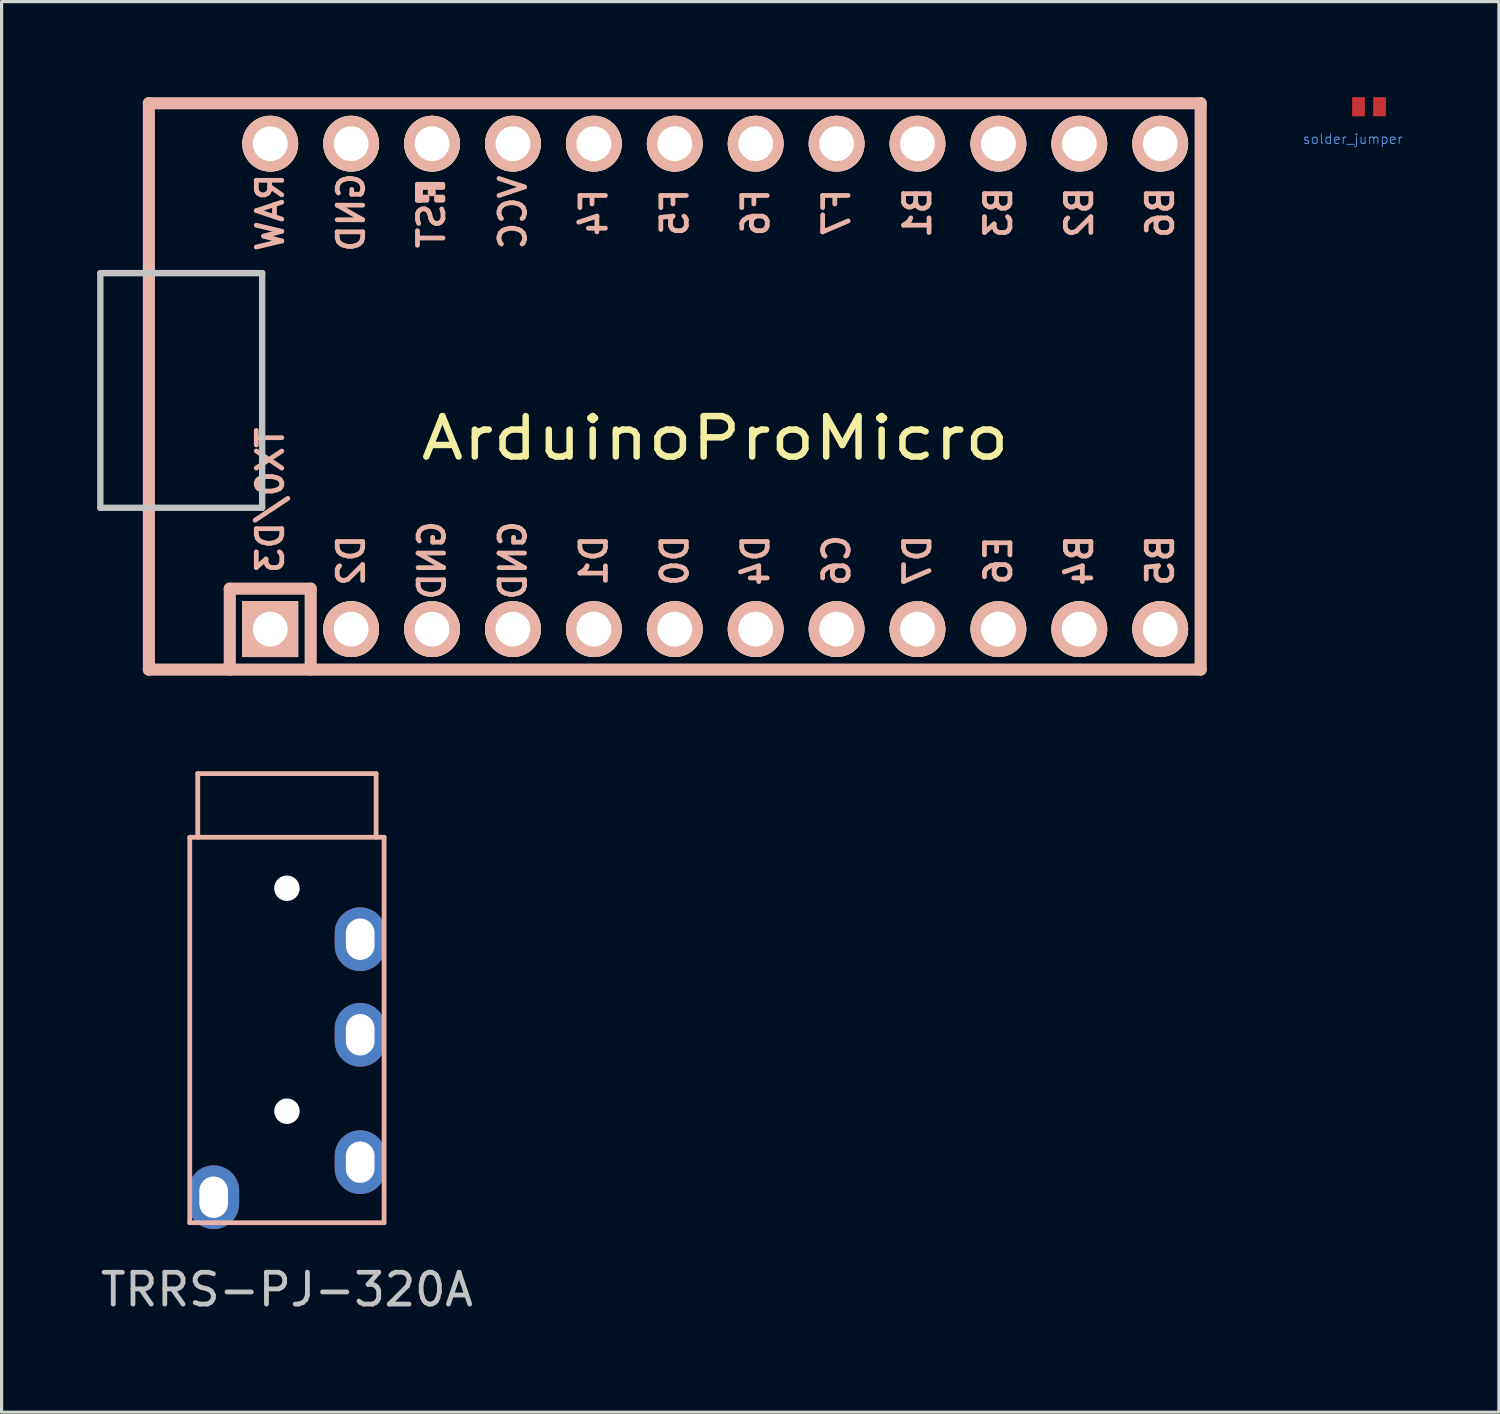
<source format=kicad_pcb>
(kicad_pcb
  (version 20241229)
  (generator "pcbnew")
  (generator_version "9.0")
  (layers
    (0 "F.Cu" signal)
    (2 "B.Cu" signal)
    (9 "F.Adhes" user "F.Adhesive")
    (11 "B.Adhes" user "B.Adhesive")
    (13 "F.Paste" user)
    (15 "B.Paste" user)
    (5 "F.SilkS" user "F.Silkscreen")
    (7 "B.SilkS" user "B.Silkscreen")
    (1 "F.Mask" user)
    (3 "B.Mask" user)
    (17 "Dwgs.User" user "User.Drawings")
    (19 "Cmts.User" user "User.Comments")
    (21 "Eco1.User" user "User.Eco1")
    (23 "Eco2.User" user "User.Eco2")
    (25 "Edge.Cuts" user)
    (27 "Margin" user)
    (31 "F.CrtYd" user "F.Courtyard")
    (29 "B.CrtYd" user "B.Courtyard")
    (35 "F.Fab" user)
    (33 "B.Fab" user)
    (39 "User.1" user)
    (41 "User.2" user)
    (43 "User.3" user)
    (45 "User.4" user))
  (footprint "solder_jumper"
    (layer "F.Cu")
    (at 39.929 0.3)
    (property "Reference" "solder_jumper" (at -0.508 1.016 0) (layer "Cmts.User") (effects (font (size 0.3 0.3) (thickness 0.03))))
    (attr through_hole)
    (pad "1" smd rect (at 0.33 0) (size 0.4 0.6) (layers "F.Cu" "F.Mask" "F.Paste"))
    (pad "2" smd rect (at -0.33 0) (size 0.4 0.6) (layers "F.Cu" "F.Mask" "F.Paste")))
  (footprint "TRRS-PJ-320A"
    (layer "F.Cu")
    (at 5.958 23.236)
    (property "Reference" "TRRS-PJ-320A" (at 0 14.2 0) (layer "Dwgs.User") (effects (font (size 1 1) (thickness 0.15))))
    (attr through_hole)
    (fp_line (start -3.05 0) (end -3.05 12.1) (stroke (width 0.15) (type solid)) (layer "B.SilkS"))
    (fp_line (start -2.8 0) (end -2.8 -2) (stroke (width 0.15) (type solid)) (layer "B.SilkS"))
    (fp_line (start 2.8 -2) (end -2.8 -2) (stroke (width 0.15) (type solid)) (layer "B.SilkS"))
    (fp_line (start 2.8 0) (end 2.8 -2) (stroke (width 0.15) (type solid)) (layer "B.SilkS"))
    (fp_line (start 3.05 0) (end -3.05 0) (stroke (width 0.15) (type solid)) (layer "B.SilkS"))
    (fp_line (start 3.05 0) (end 3.05 12.1) (stroke (width 0.15) (type solid)) (layer "B.SilkS"))
    (fp_line (start 3.05 12.1) (end -3.05 12.1) (stroke (width 0.15) (type solid)) (layer "B.SilkS"))
    (pad "" np_thru_hole circle (at 0 1.6) (size 0.8 0.8) (drill 0.8) (layers "*.Cu" "*.Mask"))
    (pad "" np_thru_hole circle (at 0 8.6) (size 0.8 0.8) (drill 0.8) (layers "*.Cu" "*.Mask"))
    (pad "1" thru_hole oval (at -2.3 11.3) (size 1.6 2) (drill oval 0.9 1.3) (layers "*.Cu" "*.Mask"))
    (pad "2" thru_hole oval (at 2.3 10.2) (size 1.6 2) (drill oval 0.9 1.3) (layers "*.Cu" "*.Mask"))
    (pad "3" thru_hole oval (at 2.3 6.2) (size 1.6 2) (drill oval 0.9 1.3) (layers "*.Cu" "*.Mask"))
    (pad "4" thru_hole oval (at 2.3 3.2) (size 1.6 2) (drill oval 0.9 1.3) (layers "*.Cu" "*.Mask")))
  (footprint "ArduinoProMicro"
    (layer "F.Cu")
    (at 19.404 9.081)
    (property "Reference" "ArduinoProMicro" (at 0 1.625 0) (layer "F.SilkS") (effects (font (size 1.27 1.524) (thickness 0.203))))
    (attr through_hole)
    (fp_line (start -17.78 -8.89) (end -17.78 8.89) (stroke (width 0.381) (type solid)) (layer "B.SilkS"))
    (fp_line (start -17.78 8.89) (end 15.24 8.89) (stroke (width 0.381) (type solid)) (layer "B.SilkS"))
    (fp_line (start -15.24 6.35) (end -15.24 8.89) (stroke (width 0.381) (type solid)) (layer "B.SilkS"))
    (fp_line (start -15.24 6.35) (end -12.7 6.35) (stroke (width 0.381) (type solid)) (layer "B.SilkS"))
    (fp_line (start -12.7 6.35) (end -12.7 8.89) (stroke (width 0.381) (type solid)) (layer "B.SilkS"))
    (fp_line (start 15.24 -8.89) (end -17.78 -8.89) (stroke (width 0.381) (type solid)) (layer "B.SilkS"))
    (fp_line (start 15.24 8.89) (end 15.24 -8.89) (stroke (width 0.381) (type solid)) (layer "B.SilkS"))
    (fp_poly (pts (xy -9.351 -6.245) (xy -8.551 -6.245) (xy -8.551 -6.345) (xy -9.351 -6.345)) (stroke (width 0.15) (type solid)) (fill yes) (layer "B.SilkS"))
    (fp_poly (pts (xy -9.351 -5.845) (xy -9.251 -5.845) (xy -9.251 -6.345) (xy -9.351 -6.345)) (stroke (width 0.15) (type solid)) (fill yes) (layer "B.SilkS"))
    (fp_poly (pts (xy -9.351 -5.845) (xy -9.051 -5.845) (xy -9.051 -5.945) (xy -9.351 -5.945)) (stroke (width 0.15) (type solid)) (fill yes) (layer "B.SilkS"))
    (fp_poly (pts (xy -8.951 -6.045) (xy -8.851 -6.045) (xy -8.851 -6.145) (xy -8.951 -6.145)) (stroke (width 0.15) (type solid)) (fill yes) (layer "B.SilkS"))
    (fp_poly (pts (xy -8.751 -5.845) (xy -8.551 -5.845) (xy -8.551 -5.945) (xy -8.751 -5.945)) (stroke (width 0.15) (type solid)) (fill yes) (layer "B.SilkS"))
    (fp_line (start -19.304 -3.556) (end -14.224 -3.556) (stroke (width 0.2) (type solid)) (layer "Dwgs.User"))
    (fp_line (start -19.304 3.81) (end -19.304 -3.556) (stroke (width 0.2) (type solid)) (layer "Dwgs.User"))
    (fp_line (start -14.224 -3.556) (end -14.224 3.81) (stroke (width 0.2) (type solid)) (layer "Dwgs.User"))
    (fp_line (start -14.224 3.81) (end -19.304 3.81) (stroke (width 0.2) (type solid)) (layer "Dwgs.User"))
    (fp_text user "D2" (at -11.43 5.461 90) (layer "B.SilkS") (effects (font (size 0.8 0.8) (thickness 0.15)) (justify mirror)))
    (fp_text user "B2" (at 11.43 -5.461 90) (layer "B.SilkS") (effects (font (size 0.8 0.8) (thickness 0.15)) (justify mirror)))
    (fp_text user "D7" (at 6.35 5.461 90) (layer "B.SilkS") (effects (font (size 0.8 0.8) (thickness 0.15)) (justify mirror)))
    (fp_text user "D4" (at 1.27 5.461 90) (layer "B.SilkS") (effects (font (size 0.8 0.8) (thickness 0.15)) (justify mirror)))
    (fp_text user "F4" (at -3.81 -5.461 90) (layer "B.SilkS") (effects (font (size 0.8 0.8) (thickness 0.15)) (justify mirror)))
    (fp_text user "GND" (at -6.35 5.461 90) (layer "B.SilkS") (effects (font (size 0.8 0.8) (thickness 0.15)) (justify mirror)))
    (fp_text user "ST" (at -8.91 -5.04 90) (layer "B.SilkS") (effects (font (size 0.8 0.8) (thickness 0.15)) (justify mirror)))
    (fp_text user "F6" (at 1.27 -5.461 90) (layer "B.SilkS") (effects (font (size 0.8 0.8) (thickness 0.15)) (justify mirror)))
    (fp_text user "VCC" (at -6.35 -5.461 90) (layer "B.SilkS") (effects (font (size 0.8 0.8) (thickness 0.15)) (justify mirror)))
    (fp_text user "B1" (at 6.35 -5.461 90) (layer "B.SilkS") (effects (font (size 0.8 0.8) (thickness 0.15)) (justify mirror)))
    (fp_text user "RAW" (at -13.97 -5.461 90) (layer "B.SilkS") (effects (font (size 0.8 0.8) (thickness 0.15)) (justify mirror)))
    (fp_text user "C6" (at 3.81 5.461 90) (layer "B.SilkS") (effects (font (size 0.8 0.8) (thickness 0.15)) (justify mirror)))
    (fp_text user "F5" (at -1.27 -5.461 90) (layer "B.SilkS") (effects (font (size 0.8 0.8) (thickness 0.15)) (justify mirror)))
    (fp_text user "D0" (at -1.27 5.461 90) (layer "B.SilkS") (effects (font (size 0.8 0.8) (thickness 0.15)) (justify mirror)))
    (fp_text user "D1" (at -3.81 5.461 90) (layer "B.SilkS") (effects (font (size 0.8 0.8) (thickness 0.15)) (justify mirror)))
    (fp_text user "TX0/D3" (at -13.97 3.572 90) (layer "B.SilkS") (effects (font (size 0.8 0.8) (thickness 0.15)) (justify mirror)))
    (fp_text user "B5" (at 13.97 5.461 90) (layer "B.SilkS") (effects (font (size 0.8 0.8) (thickness 0.15)) (justify mirror)))
    (fp_text user "E6" (at 8.89 5.461 90) (layer "B.SilkS") (effects (font (size 0.8 0.8) (thickness 0.15)) (justify mirror)))
    (fp_text user "F7" (at 3.81 -5.461 90) (layer "B.SilkS") (effects (font (size 0.8 0.8) (thickness 0.15)) (justify mirror)))
    (fp_text user "B3" (at 8.89 -5.461 90) (layer "B.SilkS") (effects (font (size 0.8 0.8) (thickness 0.15)) (justify mirror)))
    (fp_text user "B4" (at 11.43 5.461 90) (layer "B.SilkS") (effects (font (size 0.8 0.8) (thickness 0.15)) (justify mirror)))
    (fp_text user "B6" (at 13.97 -5.461 90) (layer "B.SilkS") (effects (font (size 0.8 0.8) (thickness 0.15)) (justify mirror)))
    (fp_text user "GND" (at -8.89 5.461 90) (layer "B.SilkS") (effects (font (size 0.8 0.8) (thickness 0.15)) (justify mirror)))
    (fp_text user "GND" (at -11.43 -5.461 90) (layer "B.SilkS") (effects (font (size 0.8 0.8) (thickness 0.15)) (justify mirror)))
    (pad "1" thru_hole rect (at -13.97 7.62) (size 1.753 1.753) (drill 1.092) (layers "*.Cu" "*.SilkS" "*.Mask"))
    (pad "2" thru_hole circle (at -11.43 7.62) (size 1.753 1.753) (drill 1.092) (layers "*.Cu" "*.SilkS" "*.Mask"))
    (pad "3" thru_hole circle (at -8.89 7.62) (size 1.753 1.753) (drill 1.092) (layers "*.Cu" "*.SilkS" "*.Mask"))
    (pad "4" thru_hole circle (at -6.35 7.62) (size 1.753 1.753) (drill 1.092) (layers "*.Cu" "*.SilkS" "*.Mask"))
    (pad "5" thru_hole circle (at -3.81 7.62) (size 1.753 1.753) (drill 1.092) (layers "*.Cu" "*.SilkS" "*.Mask"))
    (pad "6" thru_hole circle (at -1.27 7.62) (size 1.753 1.753) (drill 1.092) (layers "*.Cu" "*.SilkS" "*.Mask"))
    (pad "7" thru_hole circle (at 1.27 7.62) (size 1.753 1.753) (drill 1.092) (layers "*.Cu" "*.SilkS" "*.Mask"))
    (pad "8" thru_hole circle (at 3.81 7.62) (size 1.753 1.753) (drill 1.092) (layers "*.Cu" "*.SilkS" "*.Mask"))
    (pad "9" thru_hole circle (at 6.35 7.62) (size 1.753 1.753) (drill 1.092) (layers "*.Cu" "*.SilkS" "*.Mask"))
    (pad "10" thru_hole circle (at 8.89 7.62) (size 1.753 1.753) (drill 1.092) (layers "*.Cu" "*.SilkS" "*.Mask"))
    (pad "11" thru_hole circle (at 11.43 7.62) (size 1.753 1.753) (drill 1.092) (layers "*.Cu" "*.SilkS" "*.Mask"))
    (pad "12" thru_hole circle (at 13.97 7.62) (size 1.753 1.753) (drill 1.092) (layers "*.Cu" "*.SilkS" "*.Mask"))
    (pad "13" thru_hole circle (at 13.97 -7.62) (size 1.753 1.753) (drill 1.092) (layers "*.Cu" "*.SilkS" "*.Mask"))
    (pad "14" thru_hole circle (at 11.43 -7.62) (size 1.753 1.753) (drill 1.092) (layers "*.Cu" "*.SilkS" "*.Mask"))
    (pad "15" thru_hole circle (at 8.89 -7.62) (size 1.753 1.753) (drill 1.092) (layers "*.Cu" "*.SilkS" "*.Mask"))
    (pad "16" thru_hole circle (at 6.35 -7.62) (size 1.753 1.753) (drill 1.092) (layers "*.Cu" "*.SilkS" "*.Mask"))
    (pad "17" thru_hole circle (at 3.81 -7.62) (size 1.753 1.753) (drill 1.092) (layers "*.Cu" "*.SilkS" "*.Mask"))
    (pad "18" thru_hole circle (at 1.27 -7.62) (size 1.753 1.753) (drill 1.092) (layers "*.Cu" "*.SilkS" "*.Mask"))
    (pad "19" thru_hole circle (at -1.27 -7.62) (size 1.753 1.753) (drill 1.092) (layers "*.Cu" "*.SilkS" "*.Mask"))
    (pad "20" thru_hole circle (at -3.81 -7.62) (size 1.753 1.753) (drill 1.092) (layers "*.Cu" "*.SilkS" "*.Mask"))
    (pad "21" thru_hole circle (at -6.35 -7.62) (size 1.753 1.753) (drill 1.092) (layers "*.Cu" "*.SilkS" "*.Mask"))
    (pad "22" thru_hole circle (at -8.89 -7.62) (size 1.753 1.753) (drill 1.092) (layers "*.Cu" "*.SilkS" "*.Mask"))
    (pad "23" thru_hole circle (at -11.43 -7.62) (size 1.753 1.753) (drill 1.092) (layers "*.Cu" "*.SilkS" "*.Mask"))
    (pad "24" thru_hole circle (at -13.97 -7.62) (size 1.753 1.753) (drill 1.092) (layers "*.Cu" "*.SilkS" "*.Mask")))
  (gr_rect
    (start -3 -3)
    (end 44.007 41.284)
    (stroke (width 0.1) (type default))
    (fill no)
    (layer "Edge.Cuts")))
</source>
